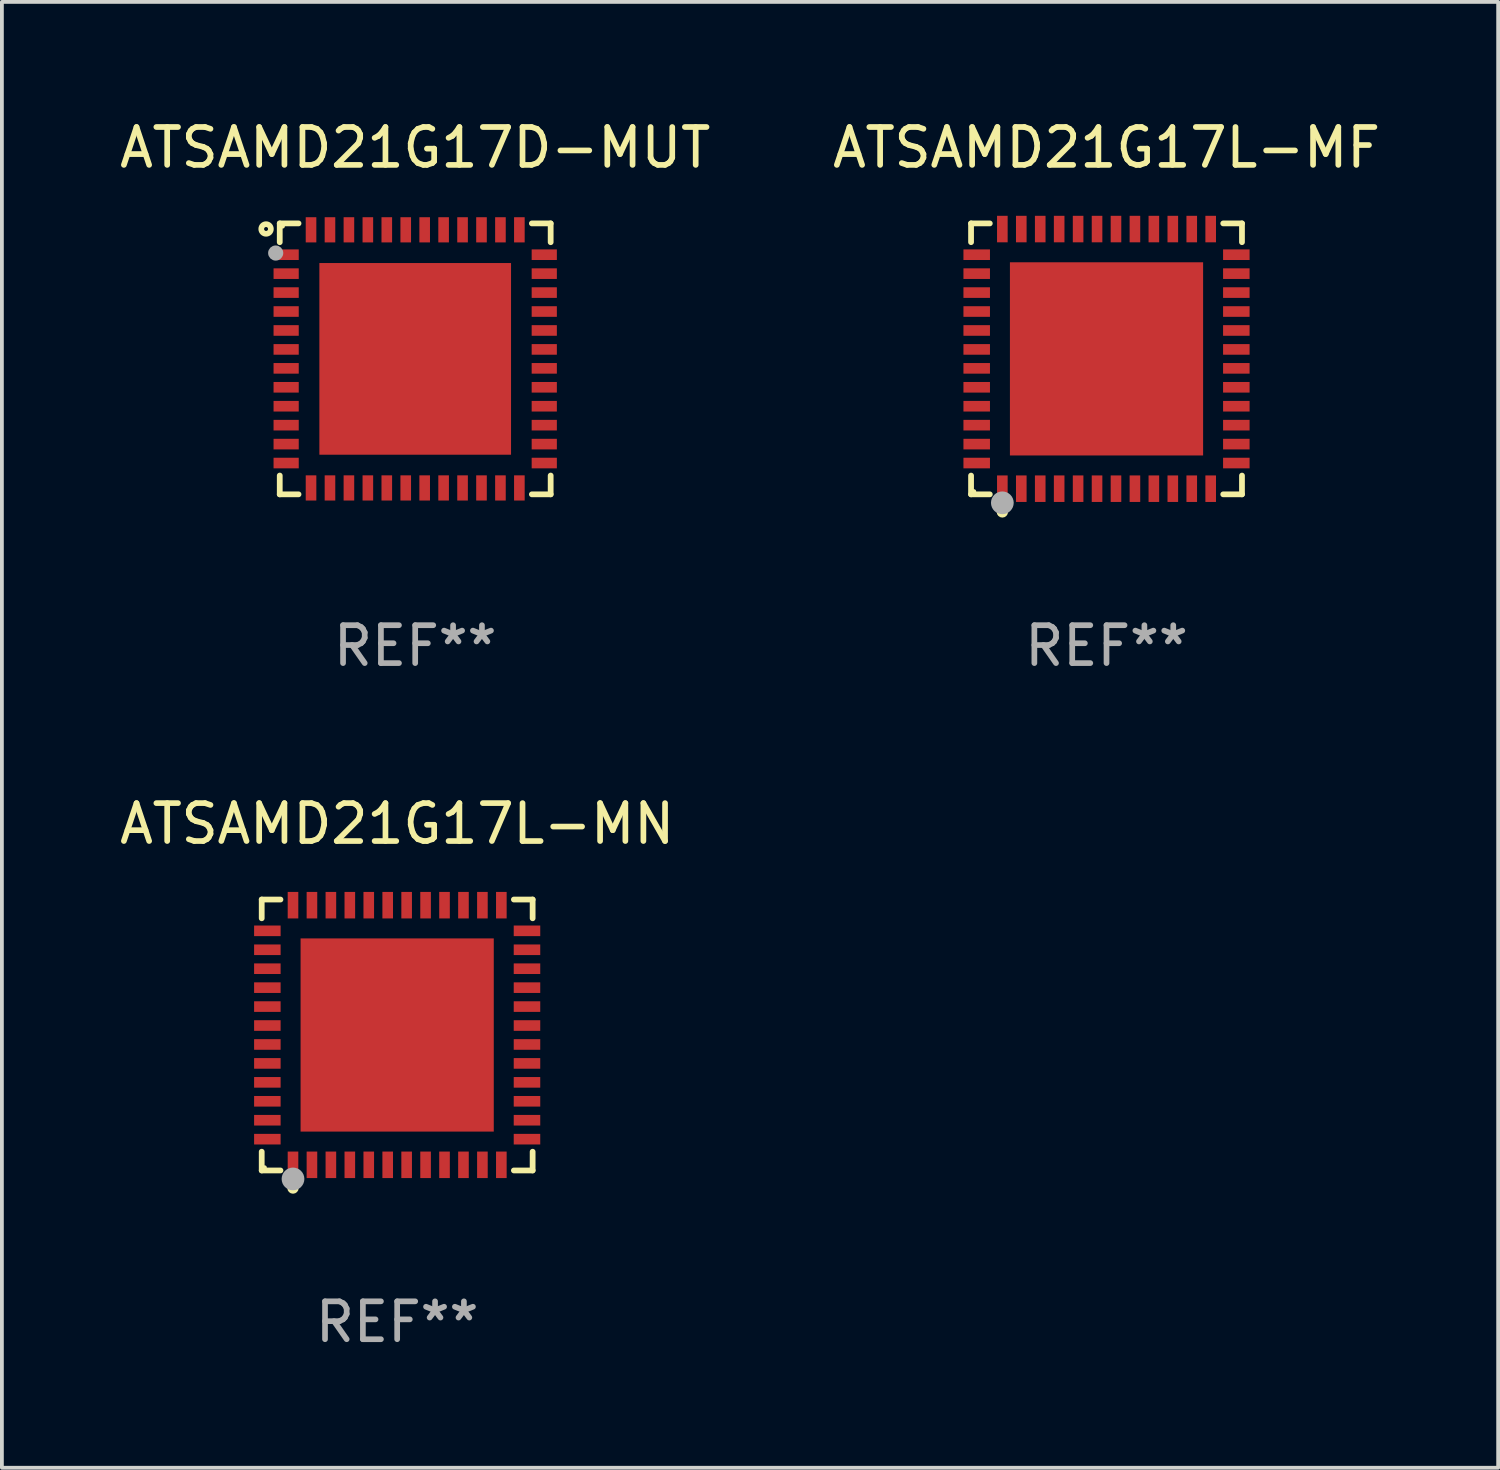
<source format=kicad_pcb>
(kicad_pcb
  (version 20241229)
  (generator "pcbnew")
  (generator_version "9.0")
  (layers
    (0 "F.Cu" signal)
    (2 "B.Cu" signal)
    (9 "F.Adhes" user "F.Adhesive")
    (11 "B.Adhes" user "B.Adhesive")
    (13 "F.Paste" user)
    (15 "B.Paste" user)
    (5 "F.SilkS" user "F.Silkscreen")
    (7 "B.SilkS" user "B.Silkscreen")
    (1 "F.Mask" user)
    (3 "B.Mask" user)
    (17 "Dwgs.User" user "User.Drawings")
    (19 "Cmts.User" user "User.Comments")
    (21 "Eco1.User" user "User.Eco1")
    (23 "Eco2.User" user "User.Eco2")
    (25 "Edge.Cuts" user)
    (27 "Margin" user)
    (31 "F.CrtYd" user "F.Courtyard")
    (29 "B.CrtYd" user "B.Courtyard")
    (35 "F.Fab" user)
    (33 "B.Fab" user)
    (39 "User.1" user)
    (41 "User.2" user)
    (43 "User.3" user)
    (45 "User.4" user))
  (footprint "ATSAMD21G17L-MN"
    (layer "F.Cu")
    (at 7.435 24.273)
    (property "Reference" "ATSAMD21G17L-MN" (at 0 -5.576 0) (layer "F.SilkS") (effects (font (size 1 1) (thickness 0.15))))
    (attr through_hole)
    (fp_line (start -3.576 -3.576) (end -3.081 -3.576) (stroke (width 0.152) (type solid)) (layer "F.SilkS"))
    (fp_line (start -3.576 -3.081) (end -3.576 -3.576) (stroke (width 0.152) (type solid)) (layer "F.SilkS"))
    (fp_line (start -3.576 3.081) (end -3.576 3.576) (stroke (width 0.152) (type solid)) (layer "F.SilkS"))
    (fp_line (start -3.576 3.576) (end -3.081 3.576) (stroke (width 0.152) (type solid)) (layer "F.SilkS"))
    (fp_line (start 3.576 -3.576) (end 3.081 -3.576) (stroke (width 0.152) (type solid)) (layer "F.SilkS"))
    (fp_line (start 3.576 -3.081) (end 3.576 -3.576) (stroke (width 0.152) (type solid)) (layer "F.SilkS"))
    (fp_line (start 3.576 3.081) (end 3.576 3.576) (stroke (width 0.152) (type solid)) (layer "F.SilkS"))
    (fp_line (start 3.576 3.576) (end 3.081 3.576) (stroke (width 0.152) (type solid)) (layer "F.SilkS"))
    (fp_circle (center -3.5 3.5) (end -3.47 3.5) (stroke (width 0.06) (type solid)) (fill no) (layer "F.SilkS"))
    (fp_circle (center -2.75 4.04) (end -2.675 4.04) (stroke (width 0.15) (type solid)) (fill no) (layer "F.SilkS"))
    (fp_circle (center -2.75 3.8) (end -2.6 3.8) (stroke (width 0.3) (type solid)) (fill no) (layer "F.Fab"))
    (fp_text user "REF**" (at 0 7.576 0) (layer "F.Fab") (effects (font (size 1 1) (thickness 0.15))))
    (pad "1" smd rect (at -2.75 3.427) (size 0.28 0.7) (layers "F.Cu" "F.Mask" "F.Paste"))
    (pad "2" smd rect (at -2.25 3.427) (size 0.28 0.7) (layers "F.Cu" "F.Mask" "F.Paste"))
    (pad "3" smd rect (at -1.75 3.427) (size 0.28 0.7) (layers "F.Cu" "F.Mask" "F.Paste"))
    (pad "4" smd rect (at -1.25 3.427) (size 0.28 0.7) (layers "F.Cu" "F.Mask" "F.Paste"))
    (pad "5" smd rect (at -0.75 3.427) (size 0.28 0.7) (layers "F.Cu" "F.Mask" "F.Paste"))
    (pad "6" smd rect (at -0.25 3.427) (size 0.28 0.7) (layers "F.Cu" "F.Mask" "F.Paste"))
    (pad "7" smd rect (at 0.25 3.427) (size 0.28 0.7) (layers "F.Cu" "F.Mask" "F.Paste"))
    (pad "8" smd rect (at 0.75 3.427) (size 0.28 0.7) (layers "F.Cu" "F.Mask" "F.Paste"))
    (pad "9" smd rect (at 1.25 3.427) (size 0.28 0.7) (layers "F.Cu" "F.Mask" "F.Paste"))
    (pad "10" smd rect (at 1.75 3.427) (size 0.28 0.7) (layers "F.Cu" "F.Mask" "F.Paste"))
    (pad "11" smd rect (at 2.25 3.427) (size 0.28 0.7) (layers "F.Cu" "F.Mask" "F.Paste"))
    (pad "12" smd rect (at 2.75 3.427) (size 0.28 0.7) (layers "F.Cu" "F.Mask" "F.Paste"))
    (pad "13" smd rect (at 3.427 2.75) (size 0.7 0.28) (layers "F.Cu" "F.Mask" "F.Paste"))
    (pad "14" smd rect (at 3.427 2.25) (size 0.7 0.28) (layers "F.Cu" "F.Mask" "F.Paste"))
    (pad "15" smd rect (at 3.427 1.75) (size 0.7 0.28) (layers "F.Cu" "F.Mask" "F.Paste"))
    (pad "16" smd rect (at 3.427 1.25) (size 0.7 0.28) (layers "F.Cu" "F.Mask" "F.Paste"))
    (pad "17" smd rect (at 3.427 0.75) (size 0.7 0.28) (layers "F.Cu" "F.Mask" "F.Paste"))
    (pad "18" smd rect (at 3.427 0.25) (size 0.7 0.28) (layers "F.Cu" "F.Mask" "F.Paste"))
    (pad "19" smd rect (at 3.427 -0.25) (size 0.7 0.28) (layers "F.Cu" "F.Mask" "F.Paste"))
    (pad "20" smd rect (at 3.427 -0.75) (size 0.7 0.28) (layers "F.Cu" "F.Mask" "F.Paste"))
    (pad "21" smd rect (at 3.427 -1.25) (size 0.7 0.28) (layers "F.Cu" "F.Mask" "F.Paste"))
    (pad "22" smd rect (at 3.427 -1.75) (size 0.7 0.28) (layers "F.Cu" "F.Mask" "F.Paste"))
    (pad "23" smd rect (at 3.427 -2.25) (size 0.7 0.28) (layers "F.Cu" "F.Mask" "F.Paste"))
    (pad "24" smd rect (at 3.427 -2.75) (size 0.7 0.28) (layers "F.Cu" "F.Mask" "F.Paste"))
    (pad "25" smd rect (at 2.75 -3.427) (size 0.28 0.7) (layers "F.Cu" "F.Mask" "F.Paste"))
    (pad "26" smd rect (at 2.25 -3.427) (size 0.28 0.7) (layers "F.Cu" "F.Mask" "F.Paste"))
    (pad "27" smd rect (at 1.75 -3.427) (size 0.28 0.7) (layers "F.Cu" "F.Mask" "F.Paste"))
    (pad "28" smd rect (at 1.25 -3.427) (size 0.28 0.7) (layers "F.Cu" "F.Mask" "F.Paste"))
    (pad "29" smd rect (at 0.75 -3.427) (size 0.28 0.7) (layers "F.Cu" "F.Mask" "F.Paste"))
    (pad "30" smd rect (at 0.25 -3.427) (size 0.28 0.7) (layers "F.Cu" "F.Mask" "F.Paste"))
    (pad "31" smd rect (at -0.25 -3.427) (size 0.28 0.7) (layers "F.Cu" "F.Mask" "F.Paste"))
    (pad "32" smd rect (at -0.75 -3.427) (size 0.28 0.7) (layers "F.Cu" "F.Mask" "F.Paste"))
    (pad "33" smd rect (at -1.25 -3.427) (size 0.28 0.7) (layers "F.Cu" "F.Mask" "F.Paste"))
    (pad "34" smd rect (at -1.75 -3.427) (size 0.28 0.7) (layers "F.Cu" "F.Mask" "F.Paste"))
    (pad "35" smd rect (at -2.25 -3.427) (size 0.28 0.7) (layers "F.Cu" "F.Mask" "F.Paste"))
    (pad "36" smd rect (at -2.75 -3.427) (size 0.28 0.7) (layers "F.Cu" "F.Mask" "F.Paste"))
    (pad "37" smd rect (at -3.427 -2.75) (size 0.7 0.28) (layers "F.Cu" "F.Mask" "F.Paste"))
    (pad "38" smd rect (at -3.427 -2.25) (size 0.7 0.28) (layers "F.Cu" "F.Mask" "F.Paste"))
    (pad "39" smd rect (at -3.427 -1.75) (size 0.7 0.28) (layers "F.Cu" "F.Mask" "F.Paste"))
    (pad "40" smd rect (at -3.427 -1.25) (size 0.7 0.28) (layers "F.Cu" "F.Mask" "F.Paste"))
    (pad "41" smd rect (at -3.427 -0.75) (size 0.7 0.28) (layers "F.Cu" "F.Mask" "F.Paste"))
    (pad "42" smd rect (at -3.427 -0.25) (size 0.7 0.28) (layers "F.Cu" "F.Mask" "F.Paste"))
    (pad "43" smd rect (at -3.427 0.25) (size 0.7 0.28) (layers "F.Cu" "F.Mask" "F.Paste"))
    (pad "44" smd rect (at -3.427 0.75) (size 0.7 0.28) (layers "F.Cu" "F.Mask" "F.Paste"))
    (pad "45" smd rect (at -3.427 1.25) (size 0.7 0.28) (layers "F.Cu" "F.Mask" "F.Paste"))
    (pad "46" smd rect (at -3.427 1.75) (size 0.7 0.28) (layers "F.Cu" "F.Mask" "F.Paste"))
    (pad "47" smd rect (at -3.427 2.25) (size 0.7 0.28) (layers "F.Cu" "F.Mask" "F.Paste"))
    (pad "48" smd rect (at -3.427 2.75) (size 0.7 0.28) (layers "F.Cu" "F.Mask" "F.Paste"))
    (pad "49" smd rect (at 0 0) (size 5.1 5.1) (layers "F.Cu" "F.Mask" "F.Paste")))
  (footprint "ATSAMD21G17D-MUT"
    (layer "F.Cu")
    (at 7.911 6.424)
    (property "Reference" "ATSAMD21G17D-MUT" (at 0 -5.576 0) (layer "F.SilkS") (effects (font (size 1 1) (thickness 0.15))))
    (attr through_hole)
    (fp_line (start -3.576 -3.576) (end -3.576 -3.08) (stroke (width 0.152) (type solid)) (layer "F.SilkS"))
    (fp_line (start -3.576 3.576) (end -3.576 3.08) (stroke (width 0.152) (type solid)) (layer "F.SilkS"))
    (fp_line (start -3.08 -3.576) (end -3.576 -3.576) (stroke (width 0.152) (type solid)) (layer "F.SilkS"))
    (fp_line (start -3.08 3.576) (end -3.576 3.576) (stroke (width 0.152) (type solid)) (layer "F.SilkS"))
    (fp_line (start 3.08 -3.576) (end 3.576 -3.576) (stroke (width 0.152) (type solid)) (layer "F.SilkS"))
    (fp_line (start 3.08 3.576) (end 3.576 3.576) (stroke (width 0.152) (type solid)) (layer "F.SilkS"))
    (fp_line (start 3.576 -3.576) (end 3.576 -3.08) (stroke (width 0.152) (type solid)) (layer "F.SilkS"))
    (fp_line (start 3.576 3.576) (end 3.576 3.08) (stroke (width 0.152) (type solid)) (layer "F.SilkS"))
    (fp_circle (center -3.937 -3.429) (end -3.81 -3.429) (stroke (width 0.15) (type solid)) (fill no) (layer "F.SilkS"))
    (fp_circle (center -3.5 -3.5) (end -3.47 -3.5) (stroke (width 0.06) (type solid)) (fill no) (layer "F.SilkS"))
    (fp_circle (center -3.683 -2.794) (end -3.583 -2.794) (stroke (width 0.2) (type solid)) (fill no) (layer "F.Fab"))
    (fp_text user "REF**" (at 0 7.576 0) (layer "F.Fab") (effects (font (size 1 1) (thickness 0.15))))
    (pad "1" smd rect (at -3.407 -2.75) (size 0.665 0.28) (layers "F.Cu" "F.Mask" "F.Paste"))
    (pad "2" smd rect (at -3.407 -2.25) (size 0.665 0.28) (layers "F.Cu" "F.Mask" "F.Paste"))
    (pad "3" smd rect (at -3.407 -1.75) (size 0.665 0.28) (layers "F.Cu" "F.Mask" "F.Paste"))
    (pad "4" smd rect (at -3.407 -1.25) (size 0.665 0.28) (layers "F.Cu" "F.Mask" "F.Paste"))
    (pad "5" smd rect (at -3.407 -0.75) (size 0.665 0.28) (layers "F.Cu" "F.Mask" "F.Paste"))
    (pad "6" smd rect (at -3.407 -0.25) (size 0.665 0.28) (layers "F.Cu" "F.Mask" "F.Paste"))
    (pad "7" smd rect (at -3.407 0.25) (size 0.665 0.28) (layers "F.Cu" "F.Mask" "F.Paste"))
    (pad "8" smd rect (at -3.407 0.75) (size 0.665 0.28) (layers "F.Cu" "F.Mask" "F.Paste"))
    (pad "9" smd rect (at -3.407 1.25) (size 0.665 0.28) (layers "F.Cu" "F.Mask" "F.Paste"))
    (pad "10" smd rect (at -3.407 1.75) (size 0.665 0.28) (layers "F.Cu" "F.Mask" "F.Paste"))
    (pad "11" smd rect (at -3.407 2.25) (size 0.665 0.28) (layers "F.Cu" "F.Mask" "F.Paste"))
    (pad "12" smd rect (at -3.407 2.75) (size 0.665 0.28) (layers "F.Cu" "F.Mask" "F.Paste"))
    (pad "13" smd rect (at -2.75 3.407) (size 0.28 0.665) (layers "F.Cu" "F.Mask" "F.Paste"))
    (pad "14" smd rect (at -2.25 3.407) (size 0.28 0.665) (layers "F.Cu" "F.Mask" "F.Paste"))
    (pad "15" smd rect (at -1.75 3.407) (size 0.28 0.665) (layers "F.Cu" "F.Mask" "F.Paste"))
    (pad "16" smd rect (at -1.25 3.407) (size 0.28 0.665) (layers "F.Cu" "F.Mask" "F.Paste"))
    (pad "17" smd rect (at -0.75 3.407) (size 0.28 0.665) (layers "F.Cu" "F.Mask" "F.Paste"))
    (pad "18" smd rect (at -0.25 3.407) (size 0.28 0.665) (layers "F.Cu" "F.Mask" "F.Paste"))
    (pad "19" smd rect (at 0.25 3.407) (size 0.28 0.665) (layers "F.Cu" "F.Mask" "F.Paste"))
    (pad "20" smd rect (at 0.75 3.407) (size 0.28 0.665) (layers "F.Cu" "F.Mask" "F.Paste"))
    (pad "21" smd rect (at 1.25 3.407) (size 0.28 0.665) (layers "F.Cu" "F.Mask" "F.Paste"))
    (pad "22" smd rect (at 1.75 3.407) (size 0.28 0.665) (layers "F.Cu" "F.Mask" "F.Paste"))
    (pad "23" smd rect (at 2.25 3.407) (size 0.28 0.665) (layers "F.Cu" "F.Mask" "F.Paste"))
    (pad "24" smd rect (at 2.75 3.407) (size 0.28 0.665) (layers "F.Cu" "F.Mask" "F.Paste"))
    (pad "25" smd rect (at 3.407 2.75) (size 0.665 0.28) (layers "F.Cu" "F.Mask" "F.Paste"))
    (pad "26" smd rect (at 3.407 2.25) (size 0.665 0.28) (layers "F.Cu" "F.Mask" "F.Paste"))
    (pad "27" smd rect (at 3.407 1.75) (size 0.665 0.28) (layers "F.Cu" "F.Mask" "F.Paste"))
    (pad "28" smd rect (at 3.407 1.25) (size 0.665 0.28) (layers "F.Cu" "F.Mask" "F.Paste"))
    (pad "29" smd rect (at 3.407 0.75) (size 0.665 0.28) (layers "F.Cu" "F.Mask" "F.Paste"))
    (pad "30" smd rect (at 3.407 0.25) (size 0.665 0.28) (layers "F.Cu" "F.Mask" "F.Paste"))
    (pad "31" smd rect (at 3.407 -0.25) (size 0.665 0.28) (layers "F.Cu" "F.Mask" "F.Paste"))
    (pad "32" smd rect (at 3.407 -0.75) (size 0.665 0.28) (layers "F.Cu" "F.Mask" "F.Paste"))
    (pad "33" smd rect (at 3.407 -1.25) (size 0.665 0.28) (layers "F.Cu" "F.Mask" "F.Paste"))
    (pad "34" smd rect (at 3.407 -1.75) (size 0.665 0.28) (layers "F.Cu" "F.Mask" "F.Paste"))
    (pad "35" smd rect (at 3.407 -2.25) (size 0.665 0.28) (layers "F.Cu" "F.Mask" "F.Paste"))
    (pad "36" smd rect (at 3.407 -2.75) (size 0.665 0.28) (layers "F.Cu" "F.Mask" "F.Paste"))
    (pad "37" smd rect (at 2.75 -3.407) (size 0.28 0.665) (layers "F.Cu" "F.Mask" "F.Paste"))
    (pad "38" smd rect (at 2.25 -3.407) (size 0.28 0.665) (layers "F.Cu" "F.Mask" "F.Paste"))
    (pad "39" smd rect (at 1.75 -3.407) (size 0.28 0.665) (layers "F.Cu" "F.Mask" "F.Paste"))
    (pad "40" smd rect (at 1.25 -3.407) (size 0.28 0.665) (layers "F.Cu" "F.Mask" "F.Paste"))
    (pad "41" smd rect (at 0.75 -3.407) (size 0.28 0.665) (layers "F.Cu" "F.Mask" "F.Paste"))
    (pad "42" smd rect (at 0.25 -3.407) (size 0.28 0.665) (layers "F.Cu" "F.Mask" "F.Paste"))
    (pad "43" smd rect (at -0.25 -3.407) (size 0.28 0.665) (layers "F.Cu" "F.Mask" "F.Paste"))
    (pad "44" smd rect (at -0.75 -3.407) (size 0.28 0.665) (layers "F.Cu" "F.Mask" "F.Paste"))
    (pad "45" smd rect (at -1.25 -3.407) (size 0.28 0.665) (layers "F.Cu" "F.Mask" "F.Paste"))
    (pad "46" smd rect (at -1.75 -3.407) (size 0.28 0.665) (layers "F.Cu" "F.Mask" "F.Paste"))
    (pad "47" smd rect (at -2.25 -3.407) (size 0.28 0.665) (layers "F.Cu" "F.Mask" "F.Paste"))
    (pad "48" smd rect (at -2.75 -3.407) (size 0.28 0.665) (layers "F.Cu" "F.Mask" "F.Paste"))
    (pad "49" smd rect (at 0 0) (size 5.06 5.06) (layers "F.Cu" "F.Mask" "F.Paste")))
  (footprint "ATSAMD21G17L-MF"
    (layer "F.Cu")
    (at 26.161 6.424)
    (property "Reference" "ATSAMD21G17L-MF" (at 0 -5.576 0) (layer "F.SilkS") (effects (font (size 1 1) (thickness 0.15))))
    (attr through_hole)
    (fp_line (start -3.576 -3.576) (end -3.081 -3.576) (stroke (width 0.152) (type solid)) (layer "F.SilkS"))
    (fp_line (start -3.576 -3.081) (end -3.576 -3.576) (stroke (width 0.152) (type solid)) (layer "F.SilkS"))
    (fp_line (start -3.576 3.081) (end -3.576 3.576) (stroke (width 0.152) (type solid)) (layer "F.SilkS"))
    (fp_line (start -3.576 3.576) (end -3.081 3.576) (stroke (width 0.152) (type solid)) (layer "F.SilkS"))
    (fp_line (start 3.576 -3.576) (end 3.081 -3.576) (stroke (width 0.152) (type solid)) (layer "F.SilkS"))
    (fp_line (start 3.576 -3.081) (end 3.576 -3.576) (stroke (width 0.152) (type solid)) (layer "F.SilkS"))
    (fp_line (start 3.576 3.081) (end 3.576 3.576) (stroke (width 0.152) (type solid)) (layer "F.SilkS"))
    (fp_line (start 3.576 3.576) (end 3.081 3.576) (stroke (width 0.152) (type solid)) (layer "F.SilkS"))
    (fp_circle (center -3.5 3.5) (end -3.47 3.5) (stroke (width 0.06) (type solid)) (fill no) (layer "F.SilkS"))
    (fp_circle (center -2.75 4.04) (end -2.675 4.04) (stroke (width 0.15) (type solid)) (fill no) (layer "F.SilkS"))
    (fp_circle (center -2.75 3.8) (end -2.6 3.8) (stroke (width 0.3) (type solid)) (fill no) (layer "F.Fab"))
    (fp_text user "REF**" (at 0 7.576 0) (layer "F.Fab") (effects (font (size 1 1) (thickness 0.15))))
    (pad "1" smd rect (at -2.75 3.427) (size 0.28 0.7) (layers "F.Cu" "F.Mask" "F.Paste"))
    (pad "2" smd rect (at -2.25 3.427) (size 0.28 0.7) (layers "F.Cu" "F.Mask" "F.Paste"))
    (pad "3" smd rect (at -1.75 3.427) (size 0.28 0.7) (layers "F.Cu" "F.Mask" "F.Paste"))
    (pad "4" smd rect (at -1.25 3.427) (size 0.28 0.7) (layers "F.Cu" "F.Mask" "F.Paste"))
    (pad "5" smd rect (at -0.75 3.427) (size 0.28 0.7) (layers "F.Cu" "F.Mask" "F.Paste"))
    (pad "6" smd rect (at -0.25 3.427) (size 0.28 0.7) (layers "F.Cu" "F.Mask" "F.Paste"))
    (pad "7" smd rect (at 0.25 3.427) (size 0.28 0.7) (layers "F.Cu" "F.Mask" "F.Paste"))
    (pad "8" smd rect (at 0.75 3.427) (size 0.28 0.7) (layers "F.Cu" "F.Mask" "F.Paste"))
    (pad "9" smd rect (at 1.25 3.427) (size 0.28 0.7) (layers "F.Cu" "F.Mask" "F.Paste"))
    (pad "10" smd rect (at 1.75 3.427) (size 0.28 0.7) (layers "F.Cu" "F.Mask" "F.Paste"))
    (pad "11" smd rect (at 2.25 3.427) (size 0.28 0.7) (layers "F.Cu" "F.Mask" "F.Paste"))
    (pad "12" smd rect (at 2.75 3.427) (size 0.28 0.7) (layers "F.Cu" "F.Mask" "F.Paste"))
    (pad "13" smd rect (at 3.427 2.75) (size 0.7 0.28) (layers "F.Cu" "F.Mask" "F.Paste"))
    (pad "14" smd rect (at 3.427 2.25) (size 0.7 0.28) (layers "F.Cu" "F.Mask" "F.Paste"))
    (pad "15" smd rect (at 3.427 1.75) (size 0.7 0.28) (layers "F.Cu" "F.Mask" "F.Paste"))
    (pad "16" smd rect (at 3.427 1.25) (size 0.7 0.28) (layers "F.Cu" "F.Mask" "F.Paste"))
    (pad "17" smd rect (at 3.427 0.75) (size 0.7 0.28) (layers "F.Cu" "F.Mask" "F.Paste"))
    (pad "18" smd rect (at 3.427 0.25) (size 0.7 0.28) (layers "F.Cu" "F.Mask" "F.Paste"))
    (pad "19" smd rect (at 3.427 -0.25) (size 0.7 0.28) (layers "F.Cu" "F.Mask" "F.Paste"))
    (pad "20" smd rect (at 3.427 -0.75) (size 0.7 0.28) (layers "F.Cu" "F.Mask" "F.Paste"))
    (pad "21" smd rect (at 3.427 -1.25) (size 0.7 0.28) (layers "F.Cu" "F.Mask" "F.Paste"))
    (pad "22" smd rect (at 3.427 -1.75) (size 0.7 0.28) (layers "F.Cu" "F.Mask" "F.Paste"))
    (pad "23" smd rect (at 3.427 -2.25) (size 0.7 0.28) (layers "F.Cu" "F.Mask" "F.Paste"))
    (pad "24" smd rect (at 3.427 -2.75) (size 0.7 0.28) (layers "F.Cu" "F.Mask" "F.Paste"))
    (pad "25" smd rect (at 2.75 -3.427) (size 0.28 0.7) (layers "F.Cu" "F.Mask" "F.Paste"))
    (pad "26" smd rect (at 2.25 -3.427) (size 0.28 0.7) (layers "F.Cu" "F.Mask" "F.Paste"))
    (pad "27" smd rect (at 1.75 -3.427) (size 0.28 0.7) (layers "F.Cu" "F.Mask" "F.Paste"))
    (pad "28" smd rect (at 1.25 -3.427) (size 0.28 0.7) (layers "F.Cu" "F.Mask" "F.Paste"))
    (pad "29" smd rect (at 0.75 -3.427) (size 0.28 0.7) (layers "F.Cu" "F.Mask" "F.Paste"))
    (pad "30" smd rect (at 0.25 -3.427) (size 0.28 0.7) (layers "F.Cu" "F.Mask" "F.Paste"))
    (pad "31" smd rect (at -0.25 -3.427) (size 0.28 0.7) (layers "F.Cu" "F.Mask" "F.Paste"))
    (pad "32" smd rect (at -0.75 -3.427) (size 0.28 0.7) (layers "F.Cu" "F.Mask" "F.Paste"))
    (pad "33" smd rect (at -1.25 -3.427) (size 0.28 0.7) (layers "F.Cu" "F.Mask" "F.Paste"))
    (pad "34" smd rect (at -1.75 -3.427) (size 0.28 0.7) (layers "F.Cu" "F.Mask" "F.Paste"))
    (pad "35" smd rect (at -2.25 -3.427) (size 0.28 0.7) (layers "F.Cu" "F.Mask" "F.Paste"))
    (pad "36" smd rect (at -2.75 -3.427) (size 0.28 0.7) (layers "F.Cu" "F.Mask" "F.Paste"))
    (pad "37" smd rect (at -3.427 -2.75) (size 0.7 0.28) (layers "F.Cu" "F.Mask" "F.Paste"))
    (pad "38" smd rect (at -3.427 -2.25) (size 0.7 0.28) (layers "F.Cu" "F.Mask" "F.Paste"))
    (pad "39" smd rect (at -3.427 -1.75) (size 0.7 0.28) (layers "F.Cu" "F.Mask" "F.Paste"))
    (pad "40" smd rect (at -3.427 -1.25) (size 0.7 0.28) (layers "F.Cu" "F.Mask" "F.Paste"))
    (pad "41" smd rect (at -3.427 -0.75) (size 0.7 0.28) (layers "F.Cu" "F.Mask" "F.Paste"))
    (pad "42" smd rect (at -3.427 -0.25) (size 0.7 0.28) (layers "F.Cu" "F.Mask" "F.Paste"))
    (pad "43" smd rect (at -3.427 0.25) (size 0.7 0.28) (layers "F.Cu" "F.Mask" "F.Paste"))
    (pad "44" smd rect (at -3.427 0.75) (size 0.7 0.28) (layers "F.Cu" "F.Mask" "F.Paste"))
    (pad "45" smd rect (at -3.427 1.25) (size 0.7 0.28) (layers "F.Cu" "F.Mask" "F.Paste"))
    (pad "46" smd rect (at -3.427 1.75) (size 0.7 0.28) (layers "F.Cu" "F.Mask" "F.Paste"))
    (pad "47" smd rect (at -3.427 2.25) (size 0.7 0.28) (layers "F.Cu" "F.Mask" "F.Paste"))
    (pad "48" smd rect (at -3.427 2.75) (size 0.7 0.28) (layers "F.Cu" "F.Mask" "F.Paste"))
    (pad "49" smd rect (at 0 0) (size 5.1 5.1) (layers "F.Cu" "F.Mask" "F.Paste")))
  (gr_rect
    (start -3 -3)
    (end 36.5 35.698)
    (stroke (width 0.1) (type default))
    (fill no)
    (layer "Edge.Cuts")))
</source>
